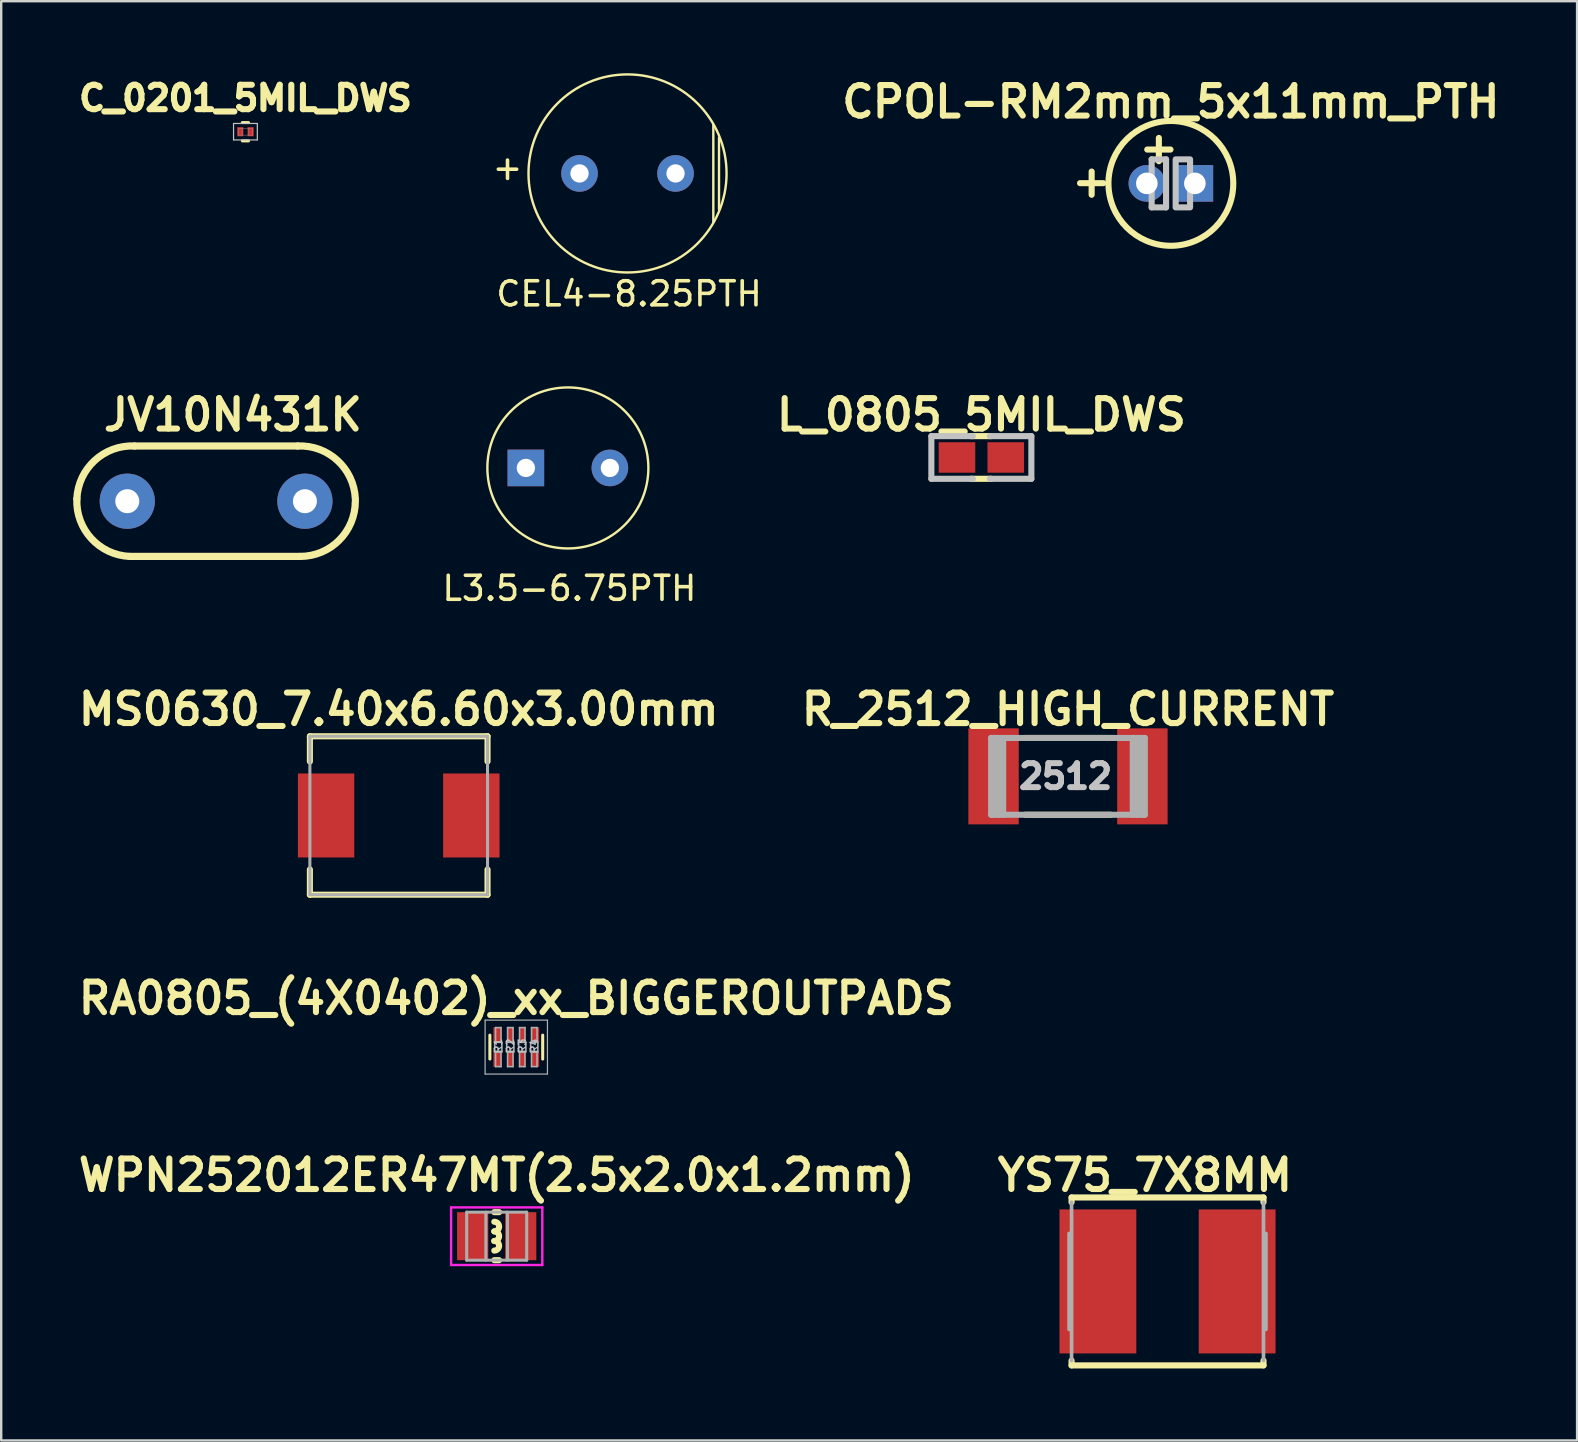
<source format=kicad_pcb>
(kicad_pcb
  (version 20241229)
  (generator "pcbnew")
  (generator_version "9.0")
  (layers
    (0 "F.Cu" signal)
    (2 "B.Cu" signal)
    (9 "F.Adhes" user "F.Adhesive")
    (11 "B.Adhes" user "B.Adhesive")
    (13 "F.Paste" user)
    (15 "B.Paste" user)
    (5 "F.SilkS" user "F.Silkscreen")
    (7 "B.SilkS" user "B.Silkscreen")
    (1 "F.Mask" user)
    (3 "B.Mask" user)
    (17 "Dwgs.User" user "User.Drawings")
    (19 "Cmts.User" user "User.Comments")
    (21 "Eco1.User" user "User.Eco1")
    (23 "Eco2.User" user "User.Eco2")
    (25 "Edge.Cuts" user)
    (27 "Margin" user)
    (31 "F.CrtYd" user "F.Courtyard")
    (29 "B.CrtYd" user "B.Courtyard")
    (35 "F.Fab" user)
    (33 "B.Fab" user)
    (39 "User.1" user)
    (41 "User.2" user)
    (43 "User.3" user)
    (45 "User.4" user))
  (footprint "CPOL-RM2mm_5x11mm_PTH"
    (layer "F.Cu")
    (at 45.725 4.589)
    (property "Reference" "CPOL-RM2mm_5x11mm_PTH" (at 0 -3.4 0) (layer "F.SilkS") (effects (font (size 1.27 1.27) (thickness 0.254))))
    (attr through_hole)
    (fp_circle (center 0 0) (end 2.6 0) (stroke (width 0.254) (type solid)) (fill no) (layer "F.SilkS"))
    (fp_line (start -0.8 -1) (end -0.2 -1) (stroke (width 0.254) (type solid)) (layer "Dwgs.User"))
    (fp_line (start -0.8 1) (end -0.8 -1) (stroke (width 0.254) (type solid)) (layer "Dwgs.User"))
    (fp_line (start -0.2 -1) (end -0.2 1) (stroke (width 0.254) (type solid)) (layer "Dwgs.User"))
    (fp_line (start -0.2 1) (end -0.8 1) (stroke (width 0.254) (type solid)) (layer "Dwgs.User"))
    (fp_poly (pts (xy 0.8 1) (xy 0.2 1) (xy 0.2 -1) (xy 0.8 -1)) (stroke (width 0.254) (type solid)) (fill no) (layer "Dwgs.User"))
    (fp_text user "+" (at -0.5 -1.5 0) (layer "F.SilkS") (effects (font (size 1.27 1.27) (thickness 0.254))))
    (fp_text user "+" (at -3.3 -0.1 0) (layer "F.SilkS") (effects (font (size 1.27 1.27) (thickness 0.254))))
    (pad "1" thru_hole circle (at -1 0) (size 1.524 1.524) (drill 0.9) (layers "*.Cu" "*.Mask"))
    (pad "2" thru_hole rect (at 1 0) (size 1.524 1.524) (drill 0.9) (layers "*.Cu" "*.Mask")))
  (footprint "L_0805_5MIL_DWS"
    (layer "F.Cu")
    (at 37.831 16.007)
    (property "Reference" "L_0805_5MIL_DWS" (at 0 -1.778 0) (layer "F.SilkS") (effects (font (size 1.27 1.27) (thickness 0.254))))
    (attr smd)
    (fp_line (start -0.432 -0.889) (end 0.406 -0.889) (stroke (width 0.254) (type solid)) (layer "F.SilkS"))
    (fp_line (start -0.432 0.889) (end 0.406 0.889) (stroke (width 0.254) (type solid)) (layer "F.SilkS"))
    (fp_line (start -2.083 -0.889) (end -2.083 0.889) (stroke (width 0.254) (type solid)) (layer "Dwgs.User"))
    (fp_line (start -2.083 0.889) (end -0.356 0.889) (stroke (width 0.254) (type solid)) (layer "Dwgs.User"))
    (fp_line (start -0.356 -0.889) (end -2.083 -0.889) (stroke (width 0.254) (type solid)) (layer "Dwgs.User"))
    (fp_line (start 0.356 0.889) (end 2.083 0.889) (stroke (width 0.254) (type solid)) (layer "Dwgs.User"))
    (fp_line (start 2.083 -0.889) (end 0.356 -0.889) (stroke (width 0.254) (type solid)) (layer "Dwgs.User"))
    (fp_line (start 2.083 -0.889) (end 2.083 0.889) (stroke (width 0.254) (type solid)) (layer "Dwgs.User"))
    (pad "1" smd rect (at -1.016 0) (size 1.524 1.27) (layers "F.Cu" "F.Mask" "F.Paste"))
    (pad "2" smd rect (at 1.016 0) (size 1.524 1.27) (layers "F.Cu" "F.Mask" "F.Paste")))
  (footprint "WPN252012ER47MT(2.5x2.0x1.2mm)"
    (layer "F.Cu")
    (at 17.641 48.446)
    (property "Reference" "WPN252012ER47MT(2.5x2.0x1.2mm)" (at 0 -2.54 0) (layer "F.SilkS") (effects (font (size 1.27 1.27) (thickness 0.254))))
    (attr smd)
    (fp_line (start 0.1 -1) (end -0.1 -1) (stroke (width 0.254) (type solid)) (layer "F.SilkS"))
    (fp_line (start 0.1 1) (end -0.1 1) (stroke (width 0.254) (type solid)) (layer "F.SilkS"))
    (fp_arc (start -0.1 -0.6) (mid 0.1 -0.4) (end -0.1 -0.2) (stroke (width 0.254) (type solid)) (layer "F.SilkS"))
    (fp_arc (start -0.1 -0.2) (mid 0.1 0) (end -0.1 0.2) (stroke (width 0.254) (type solid)) (layer "F.SilkS"))
    (fp_arc (start -0.1 0.2) (mid 0.1 0.4) (end -0.1 0.6) (stroke (width 0.254) (type solid)) (layer "F.SilkS"))
    (fp_line (start -1.9 -1.2) (end 1.9 -1.2) (stroke (width 0.1) (type solid)) (layer "F.CrtYd"))
    (fp_line (start -1.9 1.2) (end -1.9 -1.2) (stroke (width 0.1) (type solid)) (layer "F.CrtYd"))
    (fp_line (start 1.9 -1.2) (end 1.9 1.2) (stroke (width 0.1) (type solid)) (layer "F.CrtYd"))
    (fp_line (start 1.9 1.2) (end -1.9 1.2) (stroke (width 0.1) (type solid)) (layer "F.CrtYd"))
    (fp_line (start -1.25 -1) (end -1.25 1) (stroke (width 0.127) (type solid)) (layer "F.Fab"))
    (fp_line (start -1.25 1) (end 1.25 1) (stroke (width 0.127) (type solid)) (layer "F.Fab"))
    (fp_line (start -0.45 -1) (end -0.45 1) (stroke (width 0.127) (type solid)) (layer "F.Fab"))
    (fp_line (start 0.45 1) (end 0.45 -1) (stroke (width 0.127) (type solid)) (layer "F.Fab"))
    (fp_line (start 1.25 -1) (end -1.25 -1) (stroke (width 0.127) (type solid)) (layer "F.Fab"))
    (fp_line (start 1.25 1) (end 1.25 -1) (stroke (width 0.127) (type solid)) (layer "F.Fab"))
    (pad "1" smd rect (at -1 0 90) (size 2 1.3) (layers "F.Cu" "F.Mask" "F.Paste"))
    (pad "2" smd rect (at 1 0 90) (size 2 1.3) (layers "F.Cu" "F.Mask" "F.Paste")))
  (footprint "C_0201_5MIL_DWS"
    (layer "F.Cu")
    (at 7.174 2.437)
    (property "Reference" "C_0201_5MIL_DWS" (at 0 -1.397 0) (layer "F.SilkS") (effects (font (size 1.016 1.016) (thickness 0.254))))
    (attr smd)
    (fp_line (start -0.127 -0.381) (end 0.127 -0.381) (stroke (width 0.127) (type solid)) (layer "F.SilkS"))
    (fp_line (start -0.127 0.381) (end 0.127 0.381) (stroke (width 0.127) (type solid)) (layer "F.SilkS"))
    (fp_line (start -0.495 0.343) (end -0.495 -0.343) (stroke (width 0.051) (type solid)) (layer "Dwgs.User"))
    (fp_line (start 0.495 -0.343) (end -0.495 -0.343) (stroke (width 0.051) (type solid)) (layer "Dwgs.User"))
    (fp_line (start 0.495 0.343) (end -0.495 0.343) (stroke (width 0.051) (type solid)) (layer "Dwgs.User"))
    (fp_line (start 0.495 0.343) (end 0.495 -0.343) (stroke (width 0.051) (type solid)) (layer "Dwgs.User"))
    (fp_line (start -0.292 -0.14) (end -0.292 0.14) (stroke (width 0.013) (type solid)) (layer "F.Fab"))
    (fp_line (start -0.292 -0.14) (end 0.292 -0.14) (stroke (width 0.013) (type solid)) (layer "F.Fab"))
    (fp_line (start -0.292 0.14) (end 0.292 0.14) (stroke (width 0.013) (type solid)) (layer "F.Fab"))
    (fp_line (start -0.14 -0.14) (end -0.14 0.14) (stroke (width 0.013) (type solid)) (layer "F.Fab"))
    (fp_line (start 0.14 -0.14) (end 0.14 0.14) (stroke (width 0.013) (type solid)) (layer "F.Fab"))
    (fp_line (start 0.292 -0.14) (end 0.292 0.14) (stroke (width 0.013) (type solid)) (layer "F.Fab"))
    (pad "1" smd rect (at -0.216 0 180) (size 0.254 0.381) (layers "F.Cu" "F.Mask" "F.Paste"))
    (pad "2" smd rect (at 0.216 0) (size 0.254 0.381) (layers "F.Cu" "F.Mask" "F.Paste")))
  (footprint "JV10N431K"
    (layer "F.Cu")
    (at 5.952 17.829)
    (property "Reference" "JV10N431K" (at 0.7 -3.6 0) (layer "F.SilkS") (effects (font (size 1.27 1.27) (thickness 0.254))))
    (attr through_hole)
    (fp_line (start -3.6 2.3) (end 3.5 2.3) (stroke (width 0.3) (type solid)) (layer "F.SilkS"))
    (fp_line (start -3.4 -2.3) (end 3.4 -2.3) (stroke (width 0.3) (type solid)) (layer "F.SilkS"))
    (fp_arc (start -5.8 -0.1) (mid -5.055635 -1.697056) (end -3.4 -2.3) (stroke (width 0.3) (type solid)) (layer "F.SilkS"))
    (fp_arc (start -3.6 2.3) (mid -5.197056 1.555635) (end -5.8 -0.1) (stroke (width 0.3) (type solid)) (layer "F.SilkS"))
    (fp_arc (start 3.4 -2.3) (mid 5.055635 -1.697056) (end 5.8 -0.1) (stroke (width 0.3) (type solid)) (layer "F.SilkS"))
    (fp_arc (start 5.8 0) (mid 5.126346 1.626346) (end 3.5 2.3) (stroke (width 0.3) (type solid)) (layer "F.SilkS"))
    (pad "1" thru_hole circle (at -3.7 0) (size 2.3 2.3) (drill 1) (layers "*.Cu" "*.Mask"))
    (pad "2" thru_hole circle (at 3.7 0) (size 2.3 2.3) (drill 1) (layers "*.Cu" "*.Mask")))
  (footprint "MS0630_7.40x6.60x3.00mm"
    (layer "F.Cu")
    (at 13.559 30.921)
    (property "Reference" "MS0630_7.40x6.60x3.00mm" (at 0 -4.425 0) (layer "F.SilkS") (effects (font (size 1.27 1.27) (thickness 0.254))))
    (attr smd)
    (fp_line (start -3.7 -3.3) (end -3.7 -2.25) (stroke (width 0.254) (type solid)) (layer "F.SilkS"))
    (fp_line (start -3.7 2.25) (end -3.7 3.3) (stroke (width 0.254) (type solid)) (layer "F.SilkS"))
    (fp_line (start -3.7 3.3) (end 3.7 3.3) (stroke (width 0.254) (type solid)) (layer "F.SilkS"))
    (fp_line (start 3.7 -3.3) (end -3.7 -3.3) (stroke (width 0.254) (type solid)) (layer "F.SilkS"))
    (fp_line (start 3.7 -2.25) (end 3.7 -3.3) (stroke (width 0.254) (type solid)) (layer "F.SilkS"))
    (fp_line (start 3.7 3.3) (end 3.7 2.25) (stroke (width 0.254) (type solid)) (layer "F.SilkS"))
    (fp_line (start -3.7 -3.3) (end -3.7 3.3) (stroke (width 0.127) (type solid)) (layer "F.Fab"))
    (fp_line (start -3.7 -3.3) (end 3.7 -3.3) (stroke (width 0.127) (type solid)) (layer "F.Fab"))
    (fp_line (start -3.7 3.3) (end 3.7 3.3) (stroke (width 0.127) (type solid)) (layer "F.Fab"))
    (fp_line (start 3.7 -3.3) (end 3.7 3.3) (stroke (width 0.127) (type solid)) (layer "F.Fab"))
    (pad "1" smd rect (at -3.025 0) (size 2.35 3.5) (layers "F.Cu" "F.Mask" "F.Paste"))
    (pad "2" smd rect (at 3.025 0) (size 2.35 3.5) (layers "F.Cu" "F.Mask" "F.Paste")))
  (footprint "CEL4-8.25PTH"
    (layer "F.Cu")
    (at 23.091 4.175)
    (property "Reference" "CEL4-8.25PTH" (at 0.064 5.016 0) (layer "F.SilkS") (effects (font (size 1 1) (thickness 0.15))))
    (attr through_hole)
    (fp_line (start 3.574 -2.032) (end 3.574 2.032) (stroke (width 0.1) (type solid)) (layer "F.SilkS"))
    (fp_line (start 3.811 -1.49) (end 3.811 1.494) (stroke (width 0.1) (type solid)) (layer "F.SilkS"))
    (fp_circle (center 0 0) (end -4.125 -0.064) (stroke (width 0.1) (type solid)) (fill no) (layer "F.SilkS"))
    (fp_text user "+" (at -5 -0.25 0) (layer "F.SilkS") (effects (font (size 1 1) (thickness 0.15))))
    (pad "1" thru_hole oval (at -2 0) (size 1.524 1.524) (drill 0.762) (layers "*.Cu" "*.Mask"))
    (pad "2" thru_hole circle (at 2 0) (size 1.524 1.524) (drill 0.762) (layers "*.Cu" "*.Mask")))
  (footprint "YS75_7X8MM"
    (layer "F.Cu")
    (at 45.586 50.331)
    (property "Reference" "YS75_7X8MM" (at -0.942 -4.425 0) (layer "F.SilkS") (effects (font (size 1.27 1.27) (thickness 0.254))))
    (attr smd)
    (fp_line (start -3.998 -3.498) (end -3.998 -3.299) (stroke (width 0.254) (type solid)) (layer "F.SilkS"))
    (fp_line (start -3.998 3.299) (end -3.998 3.498) (stroke (width 0.254) (type solid)) (layer "F.SilkS"))
    (fp_line (start -3.998 3.498) (end 3.998 3.498) (stroke (width 0.254) (type solid)) (layer "F.SilkS"))
    (fp_line (start 3.998 -3.498) (end -3.998 -3.498) (stroke (width 0.254) (type solid)) (layer "F.SilkS"))
    (fp_line (start 3.998 -3.299) (end 3.998 -3.498) (stroke (width 0.254) (type solid)) (layer "F.SilkS"))
    (fp_line (start 3.998 3.498) (end 3.998 3.299) (stroke (width 0.254) (type solid)) (layer "F.SilkS"))
    (fp_line (start -4.1 -1.999) (end -4.1 1.999) (stroke (width 0.152) (type solid)) (layer "F.Fab"))
    (fp_line (start -3.998 -3.299) (end -3.998 3.299) (stroke (width 0.152) (type solid)) (layer "F.Fab"))
    (fp_line (start 3.998 -3.299) (end 3.998 3.299) (stroke (width 0.152) (type solid)) (layer "F.Fab"))
    (fp_line (start 4.1 -1.999) (end 4.1 1.999) (stroke (width 0.152) (type solid)) (layer "F.Fab"))
    (pad "1" smd rect (at -2.9 0) (size 3.2 6) (layers "F.Cu" "F.Mask" "F.Paste"))
    (pad "2" smd rect (at 2.9 0) (size 3.2 6) (layers "F.Cu" "F.Mask" "F.Paste")))
  (footprint "L3.5-6.75PTH"
    (layer "F.Cu")
    (at 20.606 16.443)
    (property "Reference" "L3.5-6.75PTH" (at 0.064 5.016 0) (layer "F.SilkS") (effects (font (size 1 1) (thickness 0.15))))
    (attr through_hole)
    (fp_circle (center 0 0) (end -3.353 -0.064) (stroke (width 0.1) (type solid)) (fill no) (layer "F.SilkS"))
    (pad "1" thru_hole rect (at -1.75 0) (size 1.524 1.524) (drill 0.762) (layers "*.Cu" "*.Mask"))
    (pad "2" thru_hole circle (at 1.75 0) (size 1.524 1.524) (drill 0.762) (layers "*.Cu" "*.Mask")))
  (footprint "RA0805_(4X0402)_xx_BIGGEROUTPADS"
    (layer "F.Cu")
    (at 18.457 40.569)
    (property "Reference" "RA0805_(4X0402)_xx_BIGGEROUTPADS" (at 0 -2.032 0) (layer "F.SilkS") (effects (font (size 1.27 1.27) (thickness 0.254))))
    (attr smd)
    (fp_line (start -1.1 -0.498) (end -1.1 0.498) (stroke (width 0.127) (type solid)) (layer "F.SilkS"))
    (fp_line (start 1.1 0.498) (end 1.1 -0.498) (stroke (width 0.127) (type solid)) (layer "F.SilkS"))
    (fp_line (start -1.298 -1.123) (end 1.298 -1.123) (stroke (width 0.051) (type solid)) (layer "F.Fab"))
    (fp_line (start -1.298 1.123) (end -1.298 -1.123) (stroke (width 0.051) (type solid)) (layer "F.Fab"))
    (fp_line (start -0.899 -0.198) (end -0.599 -0.198) (stroke (width 0.066) (type solid)) (layer "F.Fab"))
    (fp_line (start -0.899 0.198) (end -0.899 -0.198) (stroke (width 0.066) (type solid)) (layer "F.Fab"))
    (fp_line (start -0.899 0.198) (end -0.599 0.198) (stroke (width 0.066) (type solid)) (layer "F.Fab"))
    (fp_line (start -0.864 -0.813) (end -0.635 -0.813) (stroke (width 0.066) (type solid)) (layer "F.Fab"))
    (fp_line (start -0.864 -0.208) (end -0.864 -0.813) (stroke (width 0.066) (type solid)) (layer "F.Fab"))
    (fp_line (start -0.864 -0.208) (end -0.635 -0.208) (stroke (width 0.066) (type solid)) (layer "F.Fab"))
    (fp_line (start -0.864 0.208) (end -0.635 0.208) (stroke (width 0.066) (type solid)) (layer "F.Fab"))
    (fp_line (start -0.864 0.813) (end -0.864 0.208) (stroke (width 0.066) (type solid)) (layer "F.Fab"))
    (fp_line (start -0.864 0.813) (end -0.635 0.813) (stroke (width 0.066) (type solid)) (layer "F.Fab"))
    (fp_line (start -0.635 -0.208) (end -0.635 -0.813) (stroke (width 0.066) (type solid)) (layer "F.Fab"))
    (fp_line (start -0.635 0.813) (end -0.635 0.208) (stroke (width 0.066) (type solid)) (layer "F.Fab"))
    (fp_line (start -0.599 0.198) (end -0.599 -0.198) (stroke (width 0.066) (type solid)) (layer "F.Fab"))
    (fp_line (start -0.399 -0.198) (end -0.099 -0.198) (stroke (width 0.066) (type solid)) (layer "F.Fab"))
    (fp_line (start -0.399 0.198) (end -0.399 -0.198) (stroke (width 0.066) (type solid)) (layer "F.Fab"))
    (fp_line (start -0.399 0.198) (end -0.099 0.198) (stroke (width 0.066) (type solid)) (layer "F.Fab"))
    (fp_line (start -0.363 -0.813) (end -0.135 -0.813) (stroke (width 0.066) (type solid)) (layer "F.Fab"))
    (fp_line (start -0.363 -0.208) (end -0.363 -0.813) (stroke (width 0.066) (type solid)) (layer "F.Fab"))
    (fp_line (start -0.363 -0.208) (end -0.135 -0.208) (stroke (width 0.066) (type solid)) (layer "F.Fab"))
    (fp_line (start -0.363 0.208) (end -0.135 0.208) (stroke (width 0.066) (type solid)) (layer "F.Fab"))
    (fp_line (start -0.363 0.813) (end -0.363 0.208) (stroke (width 0.066) (type solid)) (layer "F.Fab"))
    (fp_line (start -0.363 0.813) (end -0.135 0.813) (stroke (width 0.066) (type solid)) (layer "F.Fab"))
    (fp_line (start -0.135 -0.208) (end -0.135 -0.813) (stroke (width 0.066) (type solid)) (layer "F.Fab"))
    (fp_line (start -0.135 0.813) (end -0.135 0.208) (stroke (width 0.066) (type solid)) (layer "F.Fab"))
    (fp_line (start -0.099 0.198) (end -0.099 -0.198) (stroke (width 0.066) (type solid)) (layer "F.Fab"))
    (fp_line (start 0.099 -0.198) (end 0.399 -0.198) (stroke (width 0.066) (type solid)) (layer "F.Fab"))
    (fp_line (start 0.099 0.198) (end 0.099 -0.198) (stroke (width 0.066) (type solid)) (layer "F.Fab"))
    (fp_line (start 0.099 0.198) (end 0.399 0.198) (stroke (width 0.066) (type solid)) (layer "F.Fab"))
    (fp_line (start 0.135 -0.813) (end 0.363 -0.813) (stroke (width 0.066) (type solid)) (layer "F.Fab"))
    (fp_line (start 0.135 -0.208) (end 0.135 -0.813) (stroke (width 0.066) (type solid)) (layer "F.Fab"))
    (fp_line (start 0.135 -0.208) (end 0.363 -0.208) (stroke (width 0.066) (type solid)) (layer "F.Fab"))
    (fp_line (start 0.135 0.208) (end 0.363 0.208) (stroke (width 0.066) (type solid)) (layer "F.Fab"))
    (fp_line (start 0.135 0.813) (end 0.135 0.208) (stroke (width 0.066) (type solid)) (layer "F.Fab"))
    (fp_line (start 0.135 0.813) (end 0.363 0.813) (stroke (width 0.066) (type solid)) (layer "F.Fab"))
    (fp_line (start 0.363 -0.208) (end 0.363 -0.813) (stroke (width 0.066) (type solid)) (layer "F.Fab"))
    (fp_line (start 0.363 0.813) (end 0.363 0.208) (stroke (width 0.066) (type solid)) (layer "F.Fab"))
    (fp_line (start 0.399 0.198) (end 0.399 -0.198) (stroke (width 0.066) (type solid)) (layer "F.Fab"))
    (fp_line (start 0.599 -0.198) (end 0.899 -0.198) (stroke (width 0.066) (type solid)) (layer "F.Fab"))
    (fp_line (start 0.599 0.198) (end 0.599 -0.198) (stroke (width 0.066) (type solid)) (layer "F.Fab"))
    (fp_line (start 0.599 0.198) (end 0.899 0.198) (stroke (width 0.066) (type solid)) (layer "F.Fab"))
    (fp_line (start 0.635 -0.813) (end 0.864 -0.813) (stroke (width 0.066) (type solid)) (layer "F.Fab"))
    (fp_line (start 0.635 -0.208) (end 0.635 -0.813) (stroke (width 0.066) (type solid)) (layer "F.Fab"))
    (fp_line (start 0.635 -0.208) (end 0.864 -0.208) (stroke (width 0.066) (type solid)) (layer "F.Fab"))
    (fp_line (start 0.635 0.208) (end 0.864 0.208) (stroke (width 0.066) (type solid)) (layer "F.Fab"))
    (fp_line (start 0.635 0.813) (end 0.635 0.208) (stroke (width 0.066) (type solid)) (layer "F.Fab"))
    (fp_line (start 0.635 0.813) (end 0.864 0.813) (stroke (width 0.066) (type solid)) (layer "F.Fab"))
    (fp_line (start 0.864 -0.208) (end 0.864 -0.813) (stroke (width 0.066) (type solid)) (layer "F.Fab"))
    (fp_line (start 0.864 0.813) (end 0.864 0.208) (stroke (width 0.066) (type solid)) (layer "F.Fab"))
    (fp_line (start 0.899 0.198) (end 0.899 -0.198) (stroke (width 0.066) (type solid)) (layer "F.Fab"))
    (fp_line (start 1.298 -1.123) (end 1.298 1.123) (stroke (width 0.051) (type solid)) (layer "F.Fab"))
    (fp_line (start 1.298 1.123) (end -1.298 1.123) (stroke (width 0.051) (type solid)) (layer "F.Fab"))
    (fp_text user "R4" (at 0.747 -0.053 90) (layer "Dwgs.User") (effects (font (size 0.305 0.305) (thickness 0.051))))
    (fp_text user "R3" (at 0.246 -0.053 90) (layer "Dwgs.User") (effects (font (size 0.305 0.305) (thickness 0.051))))
    (fp_text user "R1" (at -0.752 -0.053 90) (layer "Dwgs.User") (effects (font (size 0.305 0.305) (thickness 0.051))))
    (fp_text user "R2" (at -0.251 -0.053 90) (layer "Dwgs.User") (effects (font (size 0.305 0.305) (thickness 0.051))))
    (pad "1.1" smd rect (at -0.79 0.512 90) (size 0.625 0.325) (layers "F.Cu" "F.Mask" "F.Paste"))
    (pad "1.2" smd rect (at -0.79 -0.512 90) (size 0.625 0.325) (layers "F.Cu" "F.Mask" "F.Paste"))
    (pad "2.1" smd rect (at -0.25 0.512 90) (size 0.625 0.25) (layers "F.Cu" "F.Mask" "F.Paste"))
    (pad "2.2" smd rect (at -0.25 -0.512 90) (size 0.625 0.25) (layers "F.Cu" "F.Mask" "F.Paste"))
    (pad "3.1" smd rect (at 0.25 0.512 270) (size 0.625 0.25) (layers "F.Cu" "F.Mask" "F.Paste"))
    (pad "3.2" smd rect (at 0.25 -0.512 270) (size 0.625 0.25) (layers "F.Cu" "F.Mask" "F.Paste"))
    (pad "4.1" smd rect (at 0.79 0.512 270) (size 0.625 0.325) (layers "F.Cu" "F.Mask" "F.Paste"))
    (pad "4.2" smd rect (at 0.79 -0.512 270) (size 0.625 0.325) (layers "F.Cu" "F.Mask" "F.Paste")))
  (footprint "R_2512_HIGH_CURRENT"
    (layer "F.Cu")
    (at 41.439 29.291)
    (property "Reference" "R_2512_HIGH_CURRENT" (at 0 -2.794 0) (layer "F.SilkS") (effects (font (size 1.27 1.27) (thickness 0.254))))
    (attr smd)
    (fp_line (start 1.778 -1.6) (end -1.778 -1.6) (stroke (width 0.254) (type solid)) (layer "F.SilkS"))
    (fp_line (start 1.778 1.6) (end -1.778 1.6) (stroke (width 0.254) (type solid)) (layer "F.SilkS"))
    (fp_line (start -3.2 -1.6) (end 3.2 -1.6) (stroke (width 0.254) (type solid)) (layer "F.Fab"))
    (fp_line (start -3.2 1.6) (end -3.2 -1.6) (stroke (width 0.254) (type solid)) (layer "F.Fab"))
    (fp_line (start -3.1 -1.6) (end -3.1 1.6) (stroke (width 0.254) (type solid)) (layer "F.Fab"))
    (fp_line (start -2.9 1.6) (end -2.9 -1.6) (stroke (width 0.254) (type solid)) (layer "F.Fab"))
    (fp_line (start -2.7 -1.6) (end -2.7 1.6) (stroke (width 0.254) (type solid)) (layer "F.Fab"))
    (fp_line (start 2.7 -1.6) (end 2.7 1.6) (stroke (width 0.254) (type solid)) (layer "F.Fab"))
    (fp_line (start 2.9 -1.6) (end 2.9 1.6) (stroke (width 0.254) (type solid)) (layer "F.Fab"))
    (fp_line (start 3.1 -1.6) (end 3.1 1.6) (stroke (width 0.254) (type solid)) (layer "F.Fab"))
    (fp_line (start 3.2 -1.6) (end 3.2 1.6) (stroke (width 0.254) (type solid)) (layer "F.Fab"))
    (fp_line (start 3.2 1.6) (end -3.2 1.6) (stroke (width 0.254) (type solid)) (layer "F.Fab"))
    (fp_text user "2512" (at -0.1 0 0) (layer "Dwgs.User") (effects (font (size 1 1) (thickness 0.25))))
    (pad "1" smd rect (at -3.1 0) (size 2.1 4) (layers "F.Cu" "F.Mask" "F.Paste"))
    (pad "2" smd rect (at 3.1 0) (size 2.1 4) (layers "F.Cu" "F.Mask" "F.Paste")))
  (gr_rect
    (start -3 -3)
    (end 62.647 56.955)
    (stroke (width 0.1) (type default))
    (fill no)
    (layer "Edge.Cuts")))
</source>
